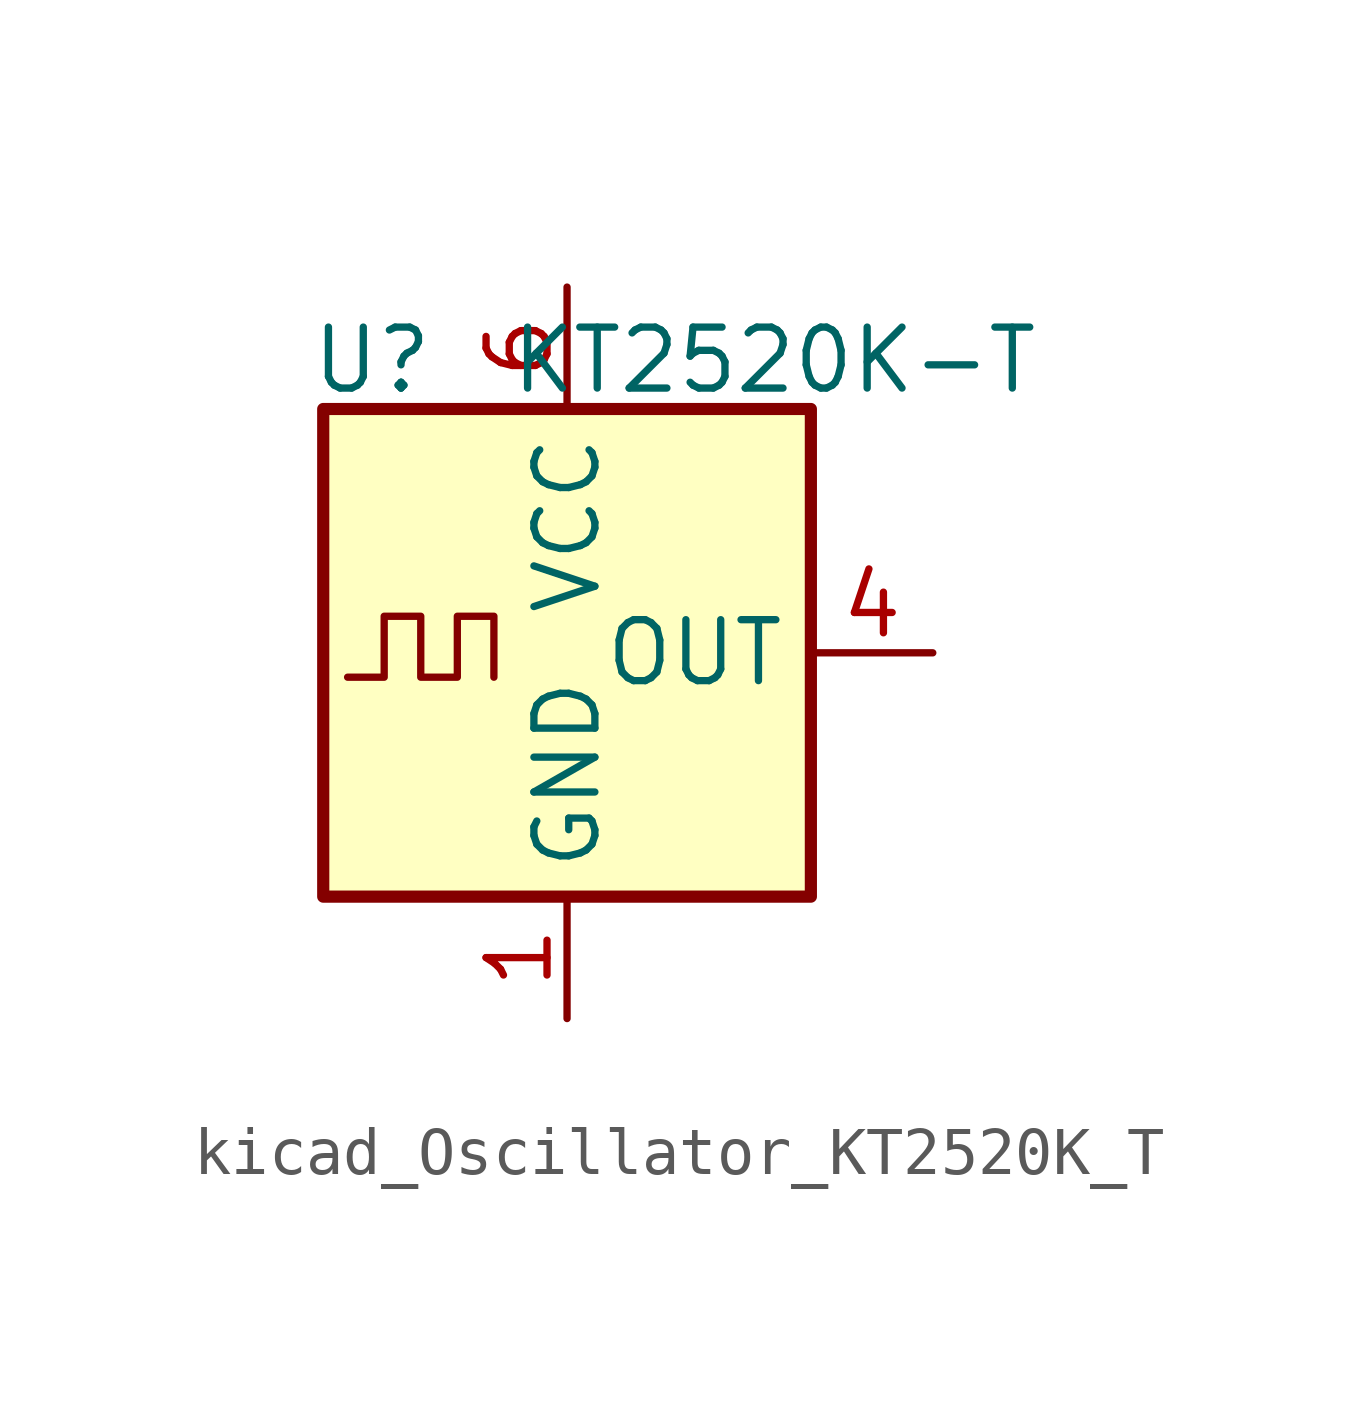
<source format=kicad_sym>
(kicad_symbol_lib
  (version 20220914)
  (generator kicad_symbol_editor)
  (symbol "kicad_Oscillator_KT2520K_T"
    (property "Reference" "U"
      (at -4.064 6.096 0)
      (effects (font (size 1.27 1.27))))
    (property "Value" "KT2520K-T"
      (at 4.318 6.096 0)
      (effects (font (size 1.27 1.27))))
    (symbol "kicad_Oscillator_KT2520K_T_0_1"
      (rectangle (start -5.08 5.08) (end 5.08 -5.08) (stroke (width 0.254) (type default)) (fill (type background)))
      (polyline (pts (xy -4.572 -0.508) (xy -3.81 -0.508) (xy -3.81 0.762) (xy -3.048 0.762) (xy -3.048 -0.508) (xy -2.286 -0.508) (xy -2.286 0.762) (xy -1.524 0.762) (xy -1.524 -0.508)) (stroke (width 0) (type default)) (fill (type none))))
    (symbol "kicad_Oscillator_KT2520K_T_1_1"
      (pin power_in line (at 0 -7.62 90) (length 2.54) (name "GND" (effects (font (size 1.27 1.27)))) (number "1" (effects (font (size 1.27 1.27)))))
      (pin no_connect line (at -5.08 2.54 0) (length 2.54) hide (name "NC" (effects (font (size 1.27 1.27)))) (number "2" (effects (font (size 1.27 1.27)))))
      (pin passive line (at 0 -7.62 90) (length 2.54) hide (name "GND" (effects (font (size 1.27 1.27)))) (number "3" (effects (font (size 1.27 1.27)))))
      (pin output line (at 7.62 0 180) (length 2.54) (name "OUT" (effects (font (size 1.27 1.27)))) (number "4" (effects (font (size 1.27 1.27)))))
      (pin no_connect line (at -5.08 -2.54 0) (length 2.54) hide (name "NC" (effects (font (size 1.27 1.27)))) (number "5" (effects (font (size 1.27 1.27)))))
      (pin power_in line (at 0 7.62 270) (length 2.54) (name "VCC" (effects (font (size 1.27 1.27)))) (number "6" (effects (font (size 1.27 1.27))))))))
</source>
